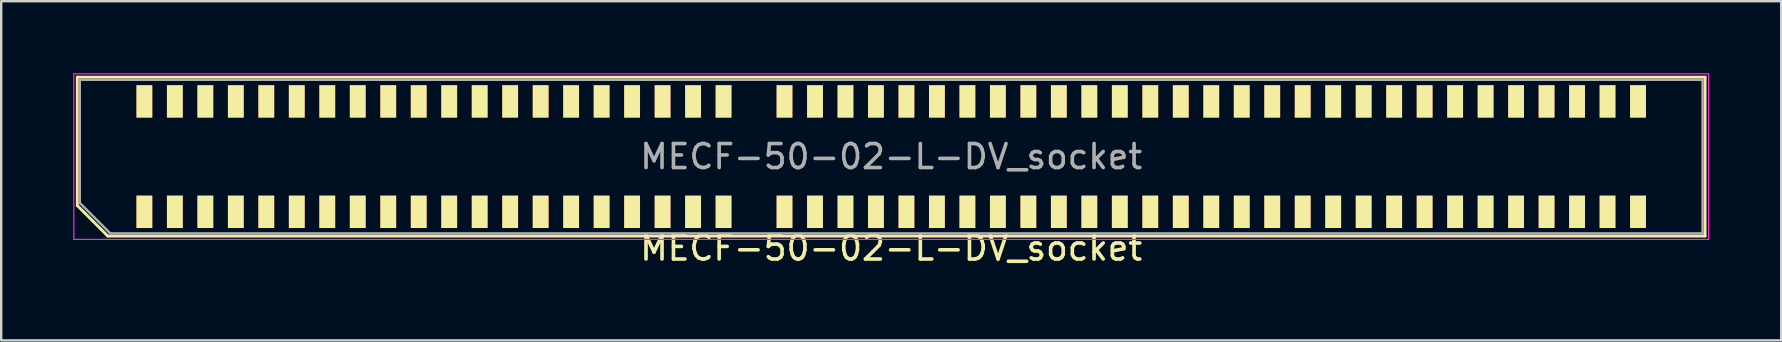
<source format=kicad_pcb>
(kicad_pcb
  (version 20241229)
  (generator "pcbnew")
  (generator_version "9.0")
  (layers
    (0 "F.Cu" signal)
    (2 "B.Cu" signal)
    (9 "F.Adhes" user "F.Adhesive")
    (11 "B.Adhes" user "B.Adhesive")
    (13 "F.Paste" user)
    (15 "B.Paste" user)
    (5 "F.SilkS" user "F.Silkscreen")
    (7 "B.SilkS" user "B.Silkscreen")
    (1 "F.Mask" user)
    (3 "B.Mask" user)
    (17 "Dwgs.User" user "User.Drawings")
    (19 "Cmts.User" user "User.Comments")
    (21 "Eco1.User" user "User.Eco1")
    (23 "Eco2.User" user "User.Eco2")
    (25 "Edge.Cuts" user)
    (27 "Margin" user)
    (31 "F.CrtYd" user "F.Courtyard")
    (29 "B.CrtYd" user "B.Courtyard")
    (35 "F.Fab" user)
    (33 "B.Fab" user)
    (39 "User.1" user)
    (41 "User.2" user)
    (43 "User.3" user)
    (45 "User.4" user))
  (footprint "MECF-50-02-L-DV_socket"
    (layer "F.Cu")
    (at 34.08 3.475)
    (property "Reference" "MECF-50-02-L-DV_socket" (at 0 3.81 0) (layer "F.SilkS") (effects (font (size 1 1) (thickness 0.15))))
    (attr through_hole)
    (fp_line (start -33.91 -3.31) (end 33.91 -3.31) (stroke (width 0.12) (type solid)) (layer "F.SilkS"))
    (fp_line (start -33.91 2.04) (end -33.91 -3.31) (stroke (width 0.12) (type solid)) (layer "F.SilkS"))
    (fp_line (start -32.64 3.31) (end -33.91 2.04) (stroke (width 0.12) (type solid)) (layer "F.SilkS"))
    (fp_line (start -32.64 3.31) (end 33.91 3.31) (stroke (width 0.12) (type solid)) (layer "F.SilkS"))
    (fp_line (start 33.91 3.31) (end 33.91 -3.31) (stroke (width 0.12) (type solid)) (layer "F.SilkS"))
    (fp_line (start -34.055 -3.45) (end -34.055 3.45) (stroke (width 0.05) (type solid)) (layer "F.CrtYd"))
    (fp_line (start -34.055 3.45) (end 34.055 3.45) (stroke (width 0.05) (type solid)) (layer "F.CrtYd"))
    (fp_line (start 34.055 -3.45) (end -34.055 -3.45) (stroke (width 0.05) (type solid)) (layer "F.CrtYd"))
    (fp_line (start 34.055 3.45) (end 34.055 -3.45) (stroke (width 0.05) (type solid)) (layer "F.CrtYd"))
    (fp_line (start -33.805 -3.2) (end 33.805 -3.2) (stroke (width 0.1) (type solid)) (layer "F.Fab"))
    (fp_line (start -33.805 1.93) (end -33.805 -3.2) (stroke (width 0.1) (type solid)) (layer "F.Fab"))
    (fp_line (start -33.805 1.93) (end -32.535 3.2) (stroke (width 0.1) (type solid)) (layer "F.Fab"))
    (fp_line (start -32.535 3.2) (end 33.805 3.2) (stroke (width 0.1) (type solid)) (layer "F.Fab"))
    (fp_line (start 33.805 3.2) (end 33.805 -3.2) (stroke (width 0.1) (type solid)) (layer "F.Fab"))
    (fp_text user "${REFERENCE}" (at 0 0 0) (layer "F.Fab") (effects (font (size 1 1) (thickness 0.15))))
    (pad "" np_thru_hole circle (at -32.895 0) (size 0.001 0.001) (drill 1.45) (layers "*.Cu" "*.Mask" "F.SilkS"))
    (pad "" np_thru_hole circle (at 32.895 1) (size 0.001 0.001) (drill 1.45) (layers "*.Cu" "*.Mask" "F.SilkS"))
    (pad "1" smd rect (at -31.115 2.3) (size 0.66 1.35) (layers "F.Cu" "F.Mask" "F.SilkS"))
    (pad "2" smd rect (at -31.115 -2.3) (size 0.66 1.35) (layers "F.Cu" "F.Mask" "F.SilkS"))
    (pad "3" smd rect (at -29.845 2.3) (size 0.66 1.35) (layers "F.Cu" "F.Mask" "F.SilkS"))
    (pad "4" smd rect (at -29.845 -2.3) (size 0.66 1.35) (layers "F.Cu" "F.Mask" "F.SilkS"))
    (pad "5" smd rect (at -28.575 2.3) (size 0.66 1.35) (layers "F.Cu" "F.Mask" "F.SilkS"))
    (pad "6" smd rect (at -28.575 -2.3) (size 0.66 1.35) (layers "F.Cu" "F.Mask" "F.SilkS"))
    (pad "7" smd rect (at -27.305 2.3) (size 0.66 1.35) (layers "F.Cu" "F.Mask" "F.SilkS"))
    (pad "8" smd rect (at -27.305 -2.3) (size 0.66 1.35) (layers "F.Cu" "F.Mask" "F.SilkS"))
    (pad "9" smd rect (at -26.035 2.3) (size 0.66 1.35) (layers "F.Cu" "F.Mask" "F.SilkS"))
    (pad "10" smd rect (at -26.035 -2.3) (size 0.66 1.35) (layers "F.Cu" "F.Mask" "F.SilkS"))
    (pad "11" smd rect (at -24.765 2.3) (size 0.66 1.35) (layers "F.Cu" "F.Mask" "F.SilkS"))
    (pad "12" smd rect (at -24.765 -2.3) (size 0.66 1.35) (layers "F.Cu" "F.Mask" "F.SilkS"))
    (pad "13" smd rect (at -23.495 2.3) (size 0.66 1.35) (layers "F.Cu" "F.Mask" "F.SilkS"))
    (pad "14" smd rect (at -23.495 -2.3) (size 0.66 1.35) (layers "F.Cu" "F.Mask" "F.SilkS"))
    (pad "15" smd rect (at -22.225 2.3) (size 0.66 1.35) (layers "F.Cu" "F.Mask" "F.SilkS"))
    (pad "16" smd rect (at -22.225 -2.3) (size 0.66 1.35) (layers "F.Cu" "F.Mask" "F.SilkS"))
    (pad "17" smd rect (at -20.955 2.3) (size 0.66 1.35) (layers "F.Cu" "F.Mask" "F.SilkS"))
    (pad "18" smd rect (at -20.955 -2.3) (size 0.66 1.35) (layers "F.Cu" "F.Mask" "F.SilkS"))
    (pad "19" smd rect (at -19.685 2.3) (size 0.66 1.35) (layers "F.Cu" "F.Mask" "F.SilkS"))
    (pad "20" smd rect (at -19.685 -2.3) (size 0.66 1.35) (layers "F.Cu" "F.Mask" "F.SilkS"))
    (pad "21" smd rect (at -18.415 2.3) (size 0.66 1.35) (layers "F.Cu" "F.Mask" "F.SilkS"))
    (pad "22" smd rect (at -18.415 -2.3) (size 0.66 1.35) (layers "F.Cu" "F.Mask" "F.SilkS"))
    (pad "23" smd rect (at -17.145 2.3) (size 0.66 1.35) (layers "F.Cu" "F.Mask" "F.SilkS"))
    (pad "24" smd rect (at -17.145 -2.3) (size 0.66 1.35) (layers "F.Cu" "F.Mask" "F.SilkS"))
    (pad "25" smd rect (at -15.875 2.3) (size 0.66 1.35) (layers "F.Cu" "F.Mask" "F.SilkS"))
    (pad "26" smd rect (at -15.875 -2.3) (size 0.66 1.35) (layers "F.Cu" "F.Mask" "F.SilkS"))
    (pad "27" smd rect (at -14.605 2.3) (size 0.66 1.35) (layers "F.Cu" "F.Mask" "F.SilkS"))
    (pad "28" smd rect (at -14.605 -2.3) (size 0.66 1.35) (layers "F.Cu" "F.Mask" "F.SilkS"))
    (pad "29" smd rect (at -13.335 2.3) (size 0.66 1.35) (layers "F.Cu" "F.Mask" "F.SilkS"))
    (pad "30" smd rect (at -13.335 -2.3) (size 0.66 1.35) (layers "F.Cu" "F.Mask" "F.SilkS"))
    (pad "31" smd rect (at -12.065 2.3) (size 0.66 1.35) (layers "F.Cu" "F.Mask" "F.SilkS"))
    (pad "32" smd rect (at -12.065 -2.3) (size 0.66 1.35) (layers "F.Cu" "F.Mask" "F.SilkS"))
    (pad "33" smd rect (at -10.795 2.3) (size 0.66 1.35) (layers "F.Cu" "F.Mask" "F.SilkS"))
    (pad "34" smd rect (at -10.795 -2.3) (size 0.66 1.35) (layers "F.Cu" "F.Mask" "F.SilkS"))
    (pad "35" smd rect (at -9.525 2.3) (size 0.66 1.35) (layers "F.Cu" "F.Mask" "F.SilkS"))
    (pad "36" smd rect (at -9.525 -2.3) (size 0.66 1.35) (layers "F.Cu" "F.Mask" "F.SilkS"))
    (pad "37" smd rect (at -8.255 2.3) (size 0.66 1.35) (layers "F.Cu" "F.Mask" "F.SilkS"))
    (pad "38" smd rect (at -8.255 -2.3) (size 0.66 1.35) (layers "F.Cu" "F.Mask" "F.SilkS"))
    (pad "39" smd rect (at -6.985 2.3) (size 0.66 1.35) (layers "F.Cu" "F.Mask" "F.SilkS"))
    (pad "40" smd rect (at -6.985 -2.3) (size 0.66 1.35) (layers "F.Cu" "F.Mask" "F.SilkS"))
    (pad "43" smd rect (at -4.445 2.3) (size 0.66 1.35) (layers "F.Cu" "F.Mask" "F.SilkS"))
    (pad "44" smd rect (at -4.445 -2.3) (size 0.66 1.35) (layers "F.Cu" "F.Mask" "F.SilkS"))
    (pad "45" smd rect (at -3.175 2.3) (size 0.66 1.35) (layers "F.Cu" "F.Mask" "F.SilkS"))
    (pad "46" smd rect (at -3.175 -2.3) (size 0.66 1.35) (layers "F.Cu" "F.Mask" "F.SilkS"))
    (pad "47" smd rect (at -1.905 2.3) (size 0.66 1.35) (layers "F.Cu" "F.Mask" "F.SilkS"))
    (pad "48" smd rect (at -1.905 -2.3) (size 0.66 1.35) (layers "F.Cu" "F.Mask" "F.SilkS"))
    (pad "49" smd rect (at -0.635 2.3) (size 0.66 1.35) (layers "F.Cu" "F.Mask" "F.SilkS"))
    (pad "50" smd rect (at -0.635 -2.3) (size 0.66 1.35) (layers "F.Cu" "F.Mask" "F.SilkS"))
    (pad "51" smd rect (at 0.635 2.3) (size 0.66 1.35) (layers "F.Cu" "F.Mask" "F.SilkS"))
    (pad "52" smd rect (at 0.635 -2.3) (size 0.66 1.35) (layers "F.Cu" "F.Mask" "F.SilkS"))
    (pad "53" smd rect (at 1.905 2.3) (size 0.66 1.35) (layers "F.Cu" "F.Mask" "F.SilkS"))
    (pad "54" smd rect (at 1.905 -2.3) (size 0.66 1.35) (layers "F.Cu" "F.Mask" "F.SilkS"))
    (pad "55" smd rect (at 3.175 2.3) (size 0.66 1.35) (layers "F.Cu" "F.Mask" "F.SilkS"))
    (pad "56" smd rect (at 3.175 -2.3) (size 0.66 1.35) (layers "F.Cu" "F.Mask" "F.SilkS"))
    (pad "57" smd rect (at 4.445 2.3) (size 0.66 1.35) (layers "F.Cu" "F.Mask" "F.SilkS"))
    (pad "58" smd rect (at 4.445 -2.3) (size 0.66 1.35) (layers "F.Cu" "F.Mask" "F.SilkS"))
    (pad "59" smd rect (at 5.715 2.3) (size 0.66 1.35) (layers "F.Cu" "F.Mask" "F.SilkS"))
    (pad "60" smd rect (at 5.715 -2.3) (size 0.66 1.35) (layers "F.Cu" "F.Mask" "F.SilkS"))
    (pad "61" smd rect (at 6.985 2.3) (size 0.66 1.35) (layers "F.Cu" "F.Mask" "F.SilkS"))
    (pad "62" smd rect (at 6.985 -2.3) (size 0.66 1.35) (layers "F.Cu" "F.Mask" "F.SilkS"))
    (pad "63" smd rect (at 8.255 2.3) (size 0.66 1.35) (layers "F.Cu" "F.Mask" "F.SilkS"))
    (pad "64" smd rect (at 8.255 -2.3) (size 0.66 1.35) (layers "F.Cu" "F.Mask" "F.SilkS"))
    (pad "65" smd rect (at 9.525 2.3) (size 0.66 1.35) (layers "F.Cu" "F.Mask" "F.SilkS"))
    (pad "66" smd rect (at 9.525 -2.3) (size 0.66 1.35) (layers "F.Cu" "F.Mask" "F.SilkS"))
    (pad "67" smd rect (at 10.795 2.3) (size 0.66 1.35) (layers "F.Cu" "F.Mask" "F.SilkS"))
    (pad "68" smd rect (at 10.795 -2.3) (size 0.66 1.35) (layers "F.Cu" "F.Mask" "F.SilkS"))
    (pad "69" smd rect (at 12.065 2.3) (size 0.66 1.35) (layers "F.Cu" "F.Mask" "F.SilkS"))
    (pad "70" smd rect (at 12.065 -2.3) (size 0.66 1.35) (layers "F.Cu" "F.Mask" "F.SilkS"))
    (pad "71" smd rect (at 13.335 2.3) (size 0.66 1.35) (layers "F.Cu" "F.Mask" "F.SilkS"))
    (pad "72" smd rect (at 13.335 -2.3) (size 0.66 1.35) (layers "F.Cu" "F.Mask" "F.SilkS"))
    (pad "73" smd rect (at 14.605 2.3) (size 0.66 1.35) (layers "F.Cu" "F.Mask" "F.SilkS"))
    (pad "74" smd rect (at 14.605 -2.3) (size 0.66 1.35) (layers "F.Cu" "F.Mask" "F.SilkS"))
    (pad "75" smd rect (at 15.875 2.3) (size 0.66 1.35) (layers "F.Cu" "F.Mask" "F.SilkS"))
    (pad "76" smd rect (at 15.875 -2.3) (size 0.66 1.35) (layers "F.Cu" "F.Mask" "F.SilkS"))
    (pad "77" smd rect (at 17.145 2.3) (size 0.66 1.35) (layers "F.Cu" "F.Mask" "F.SilkS"))
    (pad "78" smd rect (at 17.145 -2.3) (size 0.66 1.35) (layers "F.Cu" "F.Mask" "F.SilkS"))
    (pad "79" smd rect (at 18.415 2.3) (size 0.66 1.35) (layers "F.Cu" "F.Mask" "F.SilkS"))
    (pad "80" smd rect (at 18.415 -2.3) (size 0.66 1.35) (layers "F.Cu" "F.Mask" "F.SilkS"))
    (pad "81" smd rect (at 19.685 2.3) (size 0.66 1.35) (layers "F.Cu" "F.Mask" "F.SilkS"))
    (pad "82" smd rect (at 19.685 -2.3) (size 0.66 1.35) (layers "F.Cu" "F.Mask" "F.SilkS"))
    (pad "83" smd rect (at 20.955 2.3) (size 0.66 1.35) (layers "F.Cu" "F.Mask" "F.SilkS"))
    (pad "84" smd rect (at 20.955 -2.3) (size 0.66 1.35) (layers "F.Cu" "F.Mask" "F.SilkS"))
    (pad "85" smd rect (at 22.225 2.3) (size 0.66 1.35) (layers "F.Cu" "F.Mask" "F.SilkS"))
    (pad "86" smd rect (at 22.225 -2.3) (size 0.66 1.35) (layers "F.Cu" "F.Mask" "F.SilkS"))
    (pad "87" smd rect (at 23.495 2.3) (size 0.66 1.35) (layers "F.Cu" "F.Mask" "F.SilkS"))
    (pad "88" smd rect (at 23.495 -2.3) (size 0.66 1.35) (layers "F.Cu" "F.Mask" "F.SilkS"))
    (pad "89" smd rect (at 24.765 2.3) (size 0.66 1.35) (layers "F.Cu" "F.Mask" "F.SilkS"))
    (pad "90" smd rect (at 24.765 -2.3) (size 0.66 1.35) (layers "F.Cu" "F.Mask" "F.SilkS"))
    (pad "91" smd rect (at 26.035 2.3) (size 0.66 1.35) (layers "F.Cu" "F.Mask" "F.SilkS"))
    (pad "92" smd rect (at 26.035 -2.3) (size 0.66 1.35) (layers "F.Cu" "F.Mask" "F.SilkS"))
    (pad "93" smd rect (at 27.305 2.3) (size 0.66 1.35) (layers "F.Cu" "F.Mask" "F.SilkS"))
    (pad "94" smd rect (at 27.305 -2.3) (size 0.66 1.35) (layers "F.Cu" "F.Mask" "F.SilkS"))
    (pad "95" smd rect (at 28.575 2.3) (size 0.66 1.35) (layers "F.Cu" "F.Mask" "F.SilkS"))
    (pad "96" smd rect (at 28.575 -2.3) (size 0.66 1.35) (layers "F.Cu" "F.Mask" "F.SilkS"))
    (pad "97" smd rect (at 29.845 2.3) (size 0.66 1.35) (layers "F.Cu" "F.Mask" "F.SilkS"))
    (pad "98" smd rect (at 29.845 -2.3) (size 0.66 1.35) (layers "F.Cu" "F.Mask" "F.SilkS"))
    (pad "99" smd rect (at 31.115 2.3) (size 0.66 1.35) (layers "F.Cu" "F.Mask" "F.SilkS"))
    (pad "100" smd rect (at 31.115 -2.3) (size 0.66 1.35) (layers "F.Cu" "F.Mask" "F.SilkS")))
  (gr_rect
    (start -3 -3)
    (end 71.16 11.133)
    (stroke (width 0.1) (type default))
    (fill no)
    (layer "Edge.Cuts")))
</source>
